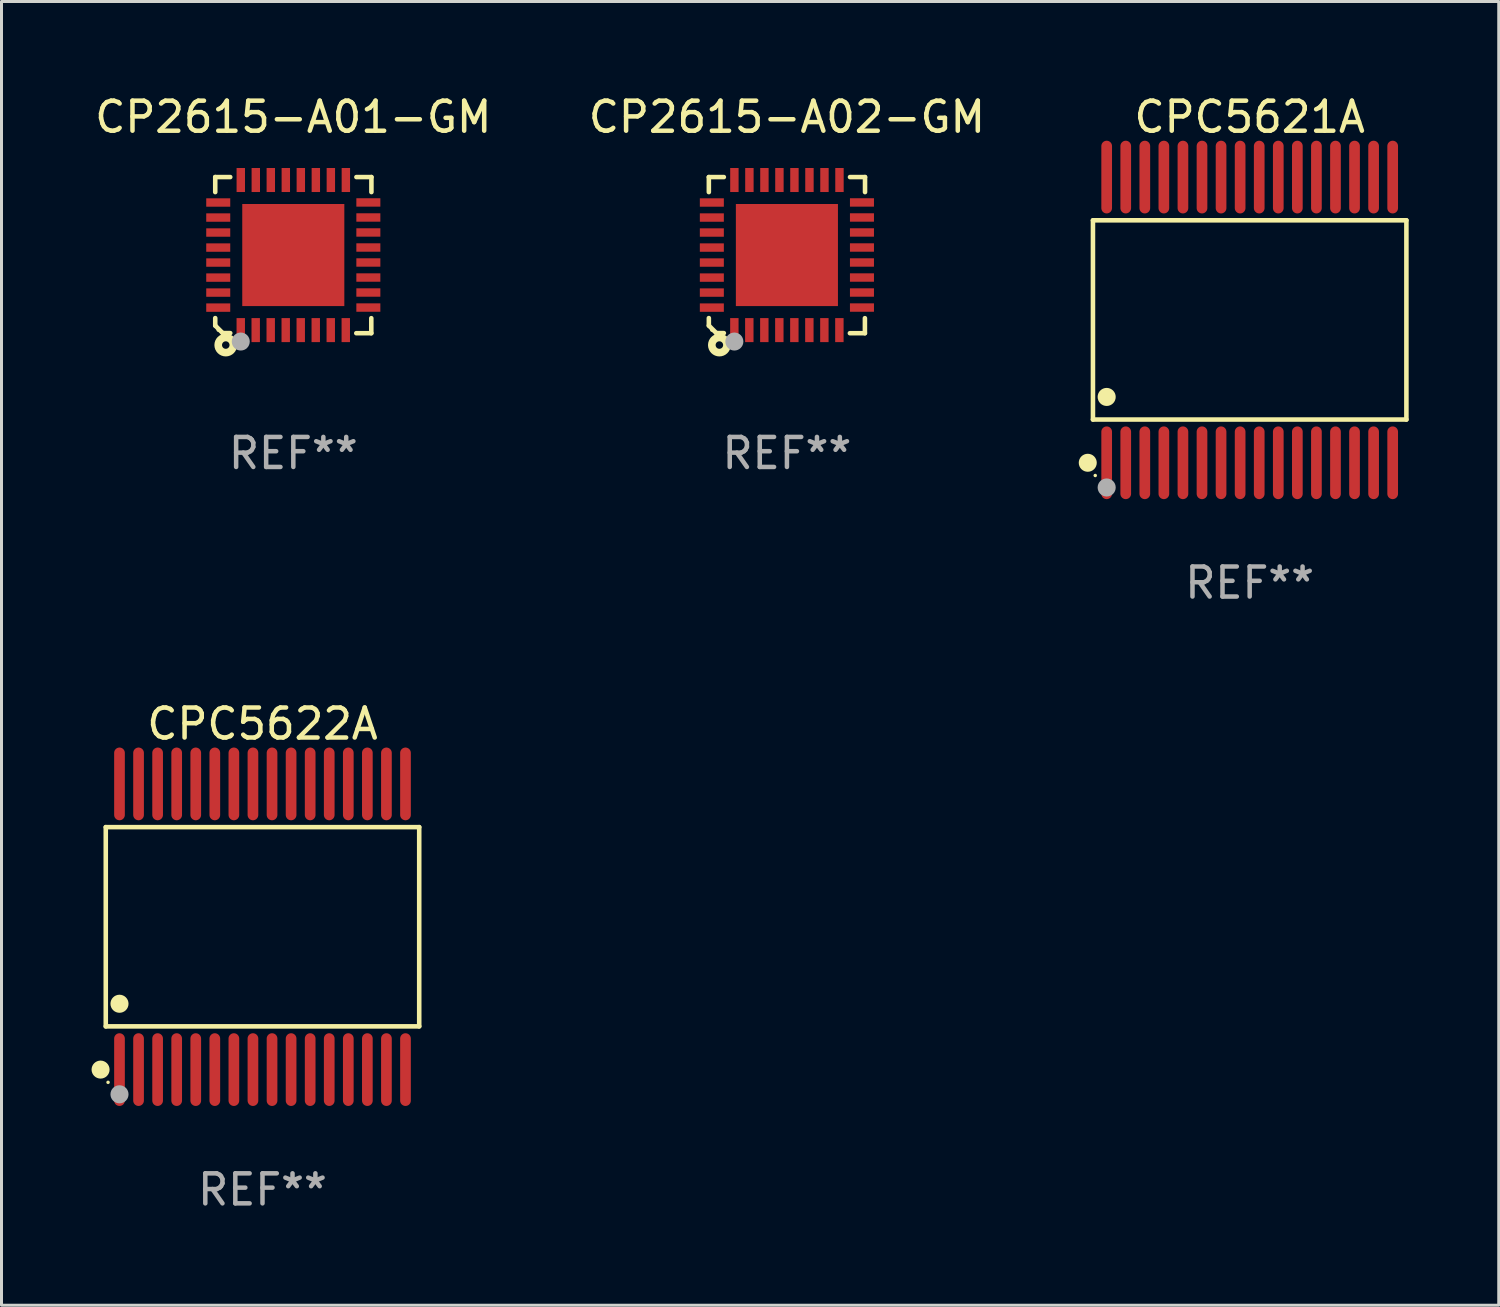
<source format=kicad_pcb>
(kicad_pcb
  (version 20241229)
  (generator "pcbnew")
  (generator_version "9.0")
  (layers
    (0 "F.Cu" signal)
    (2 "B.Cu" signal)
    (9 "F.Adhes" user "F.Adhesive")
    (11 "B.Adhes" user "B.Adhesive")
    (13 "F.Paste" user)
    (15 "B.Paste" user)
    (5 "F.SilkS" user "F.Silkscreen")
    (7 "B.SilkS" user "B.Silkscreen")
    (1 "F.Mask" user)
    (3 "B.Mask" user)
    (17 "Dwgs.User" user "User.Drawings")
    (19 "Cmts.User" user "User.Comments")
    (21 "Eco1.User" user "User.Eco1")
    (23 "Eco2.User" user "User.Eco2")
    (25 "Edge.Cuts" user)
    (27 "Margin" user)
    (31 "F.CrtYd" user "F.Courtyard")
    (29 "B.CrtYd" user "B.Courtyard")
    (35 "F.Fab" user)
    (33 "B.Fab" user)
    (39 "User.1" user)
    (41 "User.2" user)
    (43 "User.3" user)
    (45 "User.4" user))
  (footprint "CPC5622A"
    (layer "F.Cu")
    (at 5.693 27.818)
    (property "Reference" "CPC5622A" (at 0 -6.758 0) (layer "F.SilkS") (effects (font (size 1 1) (thickness 0.15))))
    (attr through_hole)
    (fp_line (start -5.22 -3.318) (end 5.22 -3.318) (stroke (width 0.152) (type solid)) (layer "F.SilkS"))
    (fp_line (start -5.22 3.318) (end -5.22 -3.318) (stroke (width 0.152) (type solid)) (layer "F.SilkS"))
    (fp_line (start 5.22 -3.318) (end 5.22 3.318) (stroke (width 0.152) (type solid)) (layer "F.SilkS"))
    (fp_line (start 5.22 3.318) (end -5.22 3.318) (stroke (width 0.152) (type solid)) (layer "F.SilkS"))
    (fp_circle (center -5.393 4.758) (end -5.243 4.758) (stroke (width 0.3) (type solid)) (fill no) (layer "F.SilkS"))
    (fp_circle (center -5.144 5.182) (end -5.114 5.182) (stroke (width 0.06) (type solid)) (fill no) (layer "F.SilkS"))
    (fp_circle (center -4.763 2.565) (end -4.612 2.565) (stroke (width 0.3) (type solid)) (fill no) (layer "F.SilkS"))
    (fp_circle (center -4.763 5.581) (end -4.612 5.581) (stroke (width 0.3) (type solid)) (fill no) (layer "F.Fab"))
    (fp_text user "REF**" (at 0 8.758 0) (layer "F.Fab") (effects (font (size 1 1) (thickness 0.15))))
    (pad "1" smd oval (at -4.763 4.758) (size 0.356 2.422) (layers "F.Cu" "F.Mask" "F.Paste"))
    (pad "2" smd oval (at -4.128 4.758) (size 0.356 2.422) (layers "F.Cu" "F.Mask" "F.Paste"))
    (pad "3" smd oval (at -3.493 4.758) (size 0.356 2.422) (layers "F.Cu" "F.Mask" "F.Paste"))
    (pad "4" smd oval (at -2.858 4.758) (size 0.356 2.422) (layers "F.Cu" "F.Mask" "F.Paste"))
    (pad "5" smd oval (at -2.223 4.758) (size 0.356 2.422) (layers "F.Cu" "F.Mask" "F.Paste"))
    (pad "6" smd oval (at -1.588 4.758) (size 0.356 2.422) (layers "F.Cu" "F.Mask" "F.Paste"))
    (pad "7" smd oval (at -0.953 4.758) (size 0.356 2.422) (layers "F.Cu" "F.Mask" "F.Paste"))
    (pad "8" smd oval (at -0.318 4.758) (size 0.356 2.422) (layers "F.Cu" "F.Mask" "F.Paste"))
    (pad "9" smd oval (at 0.318 4.758) (size 0.356 2.422) (layers "F.Cu" "F.Mask" "F.Paste"))
    (pad "10" smd oval (at 0.953 4.758) (size 0.356 2.422) (layers "F.Cu" "F.Mask" "F.Paste"))
    (pad "11" smd oval (at 1.588 4.758) (size 0.356 2.422) (layers "F.Cu" "F.Mask" "F.Paste"))
    (pad "12" smd oval (at 2.223 4.758) (size 0.356 2.422) (layers "F.Cu" "F.Mask" "F.Paste"))
    (pad "13" smd oval (at 2.858 4.758) (size 0.356 2.422) (layers "F.Cu" "F.Mask" "F.Paste"))
    (pad "14" smd oval (at 3.493 4.758) (size 0.356 2.422) (layers "F.Cu" "F.Mask" "F.Paste"))
    (pad "15" smd oval (at 4.128 4.758) (size 0.356 2.422) (layers "F.Cu" "F.Mask" "F.Paste"))
    (pad "16" smd oval (at 4.763 4.758) (size 0.356 2.422) (layers "F.Cu" "F.Mask" "F.Paste"))
    (pad "17" smd oval (at 4.763 -4.758) (size 0.356 2.422) (layers "F.Cu" "F.Mask" "F.Paste"))
    (pad "18" smd oval (at 4.128 -4.758) (size 0.356 2.422) (layers "F.Cu" "F.Mask" "F.Paste"))
    (pad "19" smd oval (at 3.493 -4.758) (size 0.356 2.422) (layers "F.Cu" "F.Mask" "F.Paste"))
    (pad "20" smd oval (at 2.858 -4.758) (size 0.356 2.422) (layers "F.Cu" "F.Mask" "F.Paste"))
    (pad "21" smd oval (at 2.223 -4.758) (size 0.356 2.422) (layers "F.Cu" "F.Mask" "F.Paste"))
    (pad "22" smd oval (at 1.588 -4.758) (size 0.356 2.422) (layers "F.Cu" "F.Mask" "F.Paste"))
    (pad "23" smd oval (at 0.953 -4.758) (size 0.356 2.422) (layers "F.Cu" "F.Mask" "F.Paste"))
    (pad "24" smd oval (at 0.318 -4.758) (size 0.356 2.422) (layers "F.Cu" "F.Mask" "F.Paste"))
    (pad "25" smd oval (at -0.318 -4.758) (size 0.356 2.422) (layers "F.Cu" "F.Mask" "F.Paste"))
    (pad "26" smd oval (at -0.953 -4.758) (size 0.356 2.422) (layers "F.Cu" "F.Mask" "F.Paste"))
    (pad "27" smd oval (at -1.588 -4.758) (size 0.356 2.422) (layers "F.Cu" "F.Mask" "F.Paste"))
    (pad "28" smd oval (at -2.223 -4.758) (size 0.356 2.422) (layers "F.Cu" "F.Mask" "F.Paste"))
    (pad "29" smd oval (at -2.858 -4.758) (size 0.356 2.422) (layers "F.Cu" "F.Mask" "F.Paste"))
    (pad "30" smd oval (at -3.493 -4.758) (size 0.356 2.422) (layers "F.Cu" "F.Mask" "F.Paste"))
    (pad "31" smd oval (at -4.128 -4.758) (size 0.356 2.422) (layers "F.Cu" "F.Mask" "F.Paste"))
    (pad "32" smd oval (at -4.763 -4.758) (size 0.356 2.422) (layers "F.Cu" "F.Mask" "F.Paste")))
  (footprint "CP2615-A01-GM"
    (layer "F.Cu")
    (at 6.72 5.448)
    (property "Reference" "CP2615-A01-GM" (at 0 -4.6 0) (layer "F.SilkS") (effects (font (size 1 1) (thickness 0.15))))
    (attr through_hole)
    (fp_line (start -2.601 2.097) (end -2.601 2.347) (stroke (width 0.152) (type solid)) (layer "F.SilkS"))
    (fp_line (start -2.601 2.347) (end -2.351 2.597) (stroke (width 0.152) (type solid)) (layer "F.SilkS"))
    (fp_line (start -2.601 -2.6) (end -2.601 -2.1) (stroke (width 0.152) (type solid)) (layer "F.SilkS"))
    (fp_line (start -2.601 -2.6) (end -2.101 -2.6) (stroke (width 0.152) (type solid)) (layer "F.SilkS"))
    (fp_line (start -2.351 2.597) (end -2.101 2.597) (stroke (width 0.152) (type solid)) (layer "F.SilkS"))
    (fp_line (start 2.597 2.6) (end 2.097 2.6) (stroke (width 0.152) (type solid)) (layer "F.SilkS"))
    (fp_line (start 2.597 2.6) (end 2.597 2.1) (stroke (width 0.152) (type solid)) (layer "F.SilkS"))
    (fp_line (start 2.601 -2.6) (end 2.101 -2.6) (stroke (width 0.152) (type solid)) (layer "F.SilkS"))
    (fp_line (start 2.601 -2.6) (end 2.601 -2.1) (stroke (width 0.152) (type solid)) (layer "F.SilkS"))
    (fp_circle (center -2.501 2.497) (end -2.471 2.497) (stroke (width 0.06) (type solid)) (fill no) (layer "F.SilkS"))
    (fp_circle (center -2.25 2.995) (end -2.125 2.995) (stroke (width 0.254) (type solid)) (fill no) (layer "F.SilkS"))
    (fp_circle (center -1.751 2.878) (end -1.601 2.878) (stroke (width 0.3) (type solid)) (fill no) (layer "F.Fab"))
    (fp_text user "REF**" (at 0 6.6 0) (layer "F.Fab") (effects (font (size 1 1) (thickness 0.15))))
    (pad "1" smd rect (at -1.751 2.497) (size 0.28 0.8) (layers "F.Cu" "F.Mask" "F.Paste"))
    (pad "2" smd rect (at -1.253 2.497) (size 0.28 0.8) (layers "F.Cu" "F.Mask" "F.Paste"))
    (pad "3" smd rect (at -0.753 2.497) (size 0.28 0.8) (layers "F.Cu" "F.Mask" "F.Paste"))
    (pad "4" smd rect (at -0.253 2.497) (size 0.28 0.8) (layers "F.Cu" "F.Mask" "F.Paste"))
    (pad "5" smd rect (at 0.247 2.497) (size 0.28 0.8) (layers "F.Cu" "F.Mask" "F.Paste"))
    (pad "6" smd rect (at 0.747 2.497) (size 0.28 0.8) (layers "F.Cu" "F.Mask" "F.Paste"))
    (pad "7" smd rect (at 1.247 2.497) (size 0.28 0.8) (layers "F.Cu" "F.Mask" "F.Paste"))
    (pad "8" smd rect (at 1.747 2.497) (size 0.28 0.8) (layers "F.Cu" "F.Mask" "F.Paste"))
    (pad "9" smd rect (at 2.499 1.746) (size 0.8 0.28) (layers "F.Cu" "F.Mask" "F.Paste"))
    (pad "10" smd rect (at 2.499 1.245) (size 0.8 0.28) (layers "F.Cu" "F.Mask" "F.Paste"))
    (pad "11" smd rect (at 2.499 0.746) (size 0.8 0.28) (layers "F.Cu" "F.Mask" "F.Paste"))
    (pad "12" smd rect (at 2.499 0.245) (size 0.8 0.28) (layers "F.Cu" "F.Mask" "F.Paste"))
    (pad "13" smd rect (at 2.499 -0.254) (size 0.8 0.28) (layers "F.Cu" "F.Mask" "F.Paste"))
    (pad "14" smd rect (at 2.499 -0.755) (size 0.8 0.28) (layers "F.Cu" "F.Mask" "F.Paste"))
    (pad "15" smd rect (at 2.499 -1.254) (size 0.8 0.28) (layers "F.Cu" "F.Mask" "F.Paste"))
    (pad "16" smd rect (at 2.499 -1.755) (size 0.8 0.28) (layers "F.Cu" "F.Mask" "F.Paste"))
    (pad "17" smd rect (at 1.75 -2.502) (size 0.28 0.8) (layers "F.Cu" "F.Mask" "F.Paste"))
    (pad "18" smd rect (at 1.25 -2.502) (size 0.28 0.8) (layers "F.Cu" "F.Mask" "F.Paste"))
    (pad "19" smd rect (at 0.75 -2.502) (size 0.28 0.8) (layers "F.Cu" "F.Mask" "F.Paste"))
    (pad "20" smd rect (at 0.25 -2.502) (size 0.28 0.8) (layers "F.Cu" "F.Mask" "F.Paste"))
    (pad "21" smd rect (at -0.25 -2.502) (size 0.28 0.8) (layers "F.Cu" "F.Mask" "F.Paste"))
    (pad "22" smd rect (at -0.75 -2.502) (size 0.28 0.8) (layers "F.Cu" "F.Mask" "F.Paste"))
    (pad "23" smd rect (at -1.25 -2.502) (size 0.28 0.8) (layers "F.Cu" "F.Mask" "F.Paste"))
    (pad "24" smd rect (at -1.75 -2.502) (size 0.28 0.8) (layers "F.Cu" "F.Mask" "F.Paste"))
    (pad "25" smd rect (at -2.501 -1.753) (size 0.8 0.28) (layers "F.Cu" "F.Mask" "F.Paste"))
    (pad "26" smd rect (at -2.501 -1.252) (size 0.8 0.28) (layers "F.Cu" "F.Mask" "F.Paste"))
    (pad "27" smd rect (at -2.501 -0.753) (size 0.8 0.28) (layers "F.Cu" "F.Mask" "F.Paste"))
    (pad "28" smd rect (at -2.501 -0.252) (size 0.8 0.28) (layers "F.Cu" "F.Mask" "F.Paste"))
    (pad "29" smd rect (at -2.501 0.247) (size 0.8 0.28) (layers "F.Cu" "F.Mask" "F.Paste"))
    (pad "30" smd rect (at -2.501 0.748) (size 0.8 0.28) (layers "F.Cu" "F.Mask" "F.Paste"))
    (pad "31" smd rect (at -2.501 1.247) (size 0.8 0.28) (layers "F.Cu" "F.Mask" "F.Paste"))
    (pad "32" smd rect (at -2.501 1.748) (size 0.8 0.28) (layers "F.Cu" "F.Mask" "F.Paste"))
    (pad "33" smd rect (at -0.001 -0.003 180) (size 3.4 3.4) (layers "F.Cu" "F.Mask" "F.Paste")))
  (footprint "CP2615-A02-GM"
    (layer "F.Cu")
    (at 23.161 5.448)
    (property "Reference" "CP2615-A02-GM" (at 0 -4.6 0) (layer "F.SilkS") (effects (font (size 1 1) (thickness 0.15))))
    (attr through_hole)
    (fp_line (start -2.601 2.097) (end -2.601 2.347) (stroke (width 0.152) (type solid)) (layer "F.SilkS"))
    (fp_line (start -2.601 2.347) (end -2.351 2.597) (stroke (width 0.152) (type solid)) (layer "F.SilkS"))
    (fp_line (start -2.601 -2.6) (end -2.601 -2.1) (stroke (width 0.152) (type solid)) (layer "F.SilkS"))
    (fp_line (start -2.601 -2.6) (end -2.101 -2.6) (stroke (width 0.152) (type solid)) (layer "F.SilkS"))
    (fp_line (start -2.351 2.597) (end -2.101 2.597) (stroke (width 0.152) (type solid)) (layer "F.SilkS"))
    (fp_line (start 2.597 2.6) (end 2.097 2.6) (stroke (width 0.152) (type solid)) (layer "F.SilkS"))
    (fp_line (start 2.597 2.6) (end 2.597 2.1) (stroke (width 0.152) (type solid)) (layer "F.SilkS"))
    (fp_line (start 2.601 -2.6) (end 2.101 -2.6) (stroke (width 0.152) (type solid)) (layer "F.SilkS"))
    (fp_line (start 2.601 -2.6) (end 2.601 -2.1) (stroke (width 0.152) (type solid)) (layer "F.SilkS"))
    (fp_circle (center -2.501 2.497) (end -2.471 2.497) (stroke (width 0.06) (type solid)) (fill no) (layer "F.SilkS"))
    (fp_circle (center -2.25 2.995) (end -2.125 2.995) (stroke (width 0.254) (type solid)) (fill no) (layer "F.SilkS"))
    (fp_circle (center -1.751 2.878) (end -1.601 2.878) (stroke (width 0.3) (type solid)) (fill no) (layer "F.Fab"))
    (fp_text user "REF**" (at 0 6.6 0) (layer "F.Fab") (effects (font (size 1 1) (thickness 0.15))))
    (pad "1" smd rect (at -1.751 2.497) (size 0.28 0.8) (layers "F.Cu" "F.Mask" "F.Paste"))
    (pad "2" smd rect (at -1.253 2.497) (size 0.28 0.8) (layers "F.Cu" "F.Mask" "F.Paste"))
    (pad "3" smd rect (at -0.753 2.497) (size 0.28 0.8) (layers "F.Cu" "F.Mask" "F.Paste"))
    (pad "4" smd rect (at -0.253 2.497) (size 0.28 0.8) (layers "F.Cu" "F.Mask" "F.Paste"))
    (pad "5" smd rect (at 0.247 2.497) (size 0.28 0.8) (layers "F.Cu" "F.Mask" "F.Paste"))
    (pad "6" smd rect (at 0.747 2.497) (size 0.28 0.8) (layers "F.Cu" "F.Mask" "F.Paste"))
    (pad "7" smd rect (at 1.247 2.497) (size 0.28 0.8) (layers "F.Cu" "F.Mask" "F.Paste"))
    (pad "8" smd rect (at 1.747 2.497) (size 0.28 0.8) (layers "F.Cu" "F.Mask" "F.Paste"))
    (pad "9" smd rect (at 2.499 1.746) (size 0.8 0.28) (layers "F.Cu" "F.Mask" "F.Paste"))
    (pad "10" smd rect (at 2.499 1.245) (size 0.8 0.28) (layers "F.Cu" "F.Mask" "F.Paste"))
    (pad "11" smd rect (at 2.499 0.746) (size 0.8 0.28) (layers "F.Cu" "F.Mask" "F.Paste"))
    (pad "12" smd rect (at 2.499 0.245) (size 0.8 0.28) (layers "F.Cu" "F.Mask" "F.Paste"))
    (pad "13" smd rect (at 2.499 -0.254) (size 0.8 0.28) (layers "F.Cu" "F.Mask" "F.Paste"))
    (pad "14" smd rect (at 2.499 -0.755) (size 0.8 0.28) (layers "F.Cu" "F.Mask" "F.Paste"))
    (pad "15" smd rect (at 2.499 -1.254) (size 0.8 0.28) (layers "F.Cu" "F.Mask" "F.Paste"))
    (pad "16" smd rect (at 2.499 -1.755) (size 0.8 0.28) (layers "F.Cu" "F.Mask" "F.Paste"))
    (pad "17" smd rect (at 1.75 -2.502) (size 0.28 0.8) (layers "F.Cu" "F.Mask" "F.Paste"))
    (pad "18" smd rect (at 1.25 -2.502) (size 0.28 0.8) (layers "F.Cu" "F.Mask" "F.Paste"))
    (pad "19" smd rect (at 0.75 -2.502) (size 0.28 0.8) (layers "F.Cu" "F.Mask" "F.Paste"))
    (pad "20" smd rect (at 0.25 -2.502) (size 0.28 0.8) (layers "F.Cu" "F.Mask" "F.Paste"))
    (pad "21" smd rect (at -0.25 -2.502) (size 0.28 0.8) (layers "F.Cu" "F.Mask" "F.Paste"))
    (pad "22" smd rect (at -0.75 -2.502) (size 0.28 0.8) (layers "F.Cu" "F.Mask" "F.Paste"))
    (pad "23" smd rect (at -1.25 -2.502) (size 0.28 0.8) (layers "F.Cu" "F.Mask" "F.Paste"))
    (pad "24" smd rect (at -1.75 -2.502) (size 0.28 0.8) (layers "F.Cu" "F.Mask" "F.Paste"))
    (pad "25" smd rect (at -2.501 -1.753) (size 0.8 0.28) (layers "F.Cu" "F.Mask" "F.Paste"))
    (pad "26" smd rect (at -2.501 -1.252) (size 0.8 0.28) (layers "F.Cu" "F.Mask" "F.Paste"))
    (pad "27" smd rect (at -2.501 -0.753) (size 0.8 0.28) (layers "F.Cu" "F.Mask" "F.Paste"))
    (pad "28" smd rect (at -2.501 -0.252) (size 0.8 0.28) (layers "F.Cu" "F.Mask" "F.Paste"))
    (pad "29" smd rect (at -2.501 0.247) (size 0.8 0.28) (layers "F.Cu" "F.Mask" "F.Paste"))
    (pad "30" smd rect (at -2.501 0.748) (size 0.8 0.28) (layers "F.Cu" "F.Mask" "F.Paste"))
    (pad "31" smd rect (at -2.501 1.247) (size 0.8 0.28) (layers "F.Cu" "F.Mask" "F.Paste"))
    (pad "32" smd rect (at -2.501 1.748) (size 0.8 0.28) (layers "F.Cu" "F.Mask" "F.Paste"))
    (pad "33" smd rect (at -0.001 -0.003 180) (size 3.4 3.4) (layers "F.Cu" "F.Mask" "F.Paste")))
  (footprint "CPC5621A"
    (layer "F.Cu")
    (at 38.574 7.606)
    (property "Reference" "CPC5621A" (at 0 -6.758 0) (layer "F.SilkS") (effects (font (size 1 1) (thickness 0.15))))
    (attr through_hole)
    (fp_line (start -5.22 -3.318) (end 5.22 -3.318) (stroke (width 0.152) (type solid)) (layer "F.SilkS"))
    (fp_line (start -5.22 3.318) (end -5.22 -3.318) (stroke (width 0.152) (type solid)) (layer "F.SilkS"))
    (fp_line (start 5.22 -3.318) (end 5.22 3.318) (stroke (width 0.152) (type solid)) (layer "F.SilkS"))
    (fp_line (start 5.22 3.318) (end -5.22 3.318) (stroke (width 0.152) (type solid)) (layer "F.SilkS"))
    (fp_circle (center -5.393 4.758) (end -5.243 4.758) (stroke (width 0.3) (type solid)) (fill no) (layer "F.SilkS"))
    (fp_circle (center -5.144 5.182) (end -5.114 5.182) (stroke (width 0.06) (type solid)) (fill no) (layer "F.SilkS"))
    (fp_circle (center -4.763 2.565) (end -4.612 2.565) (stroke (width 0.3) (type solid)) (fill no) (layer "F.SilkS"))
    (fp_circle (center -4.763 5.581) (end -4.612 5.581) (stroke (width 0.3) (type solid)) (fill no) (layer "F.Fab"))
    (fp_text user "REF**" (at 0 8.758 0) (layer "F.Fab") (effects (font (size 1 1) (thickness 0.15))))
    (pad "1" smd oval (at -4.763 4.758) (size 0.356 2.422) (layers "F.Cu" "F.Mask" "F.Paste"))
    (pad "2" smd oval (at -4.128 4.758) (size 0.356 2.422) (layers "F.Cu" "F.Mask" "F.Paste"))
    (pad "3" smd oval (at -3.493 4.758) (size 0.356 2.422) (layers "F.Cu" "F.Mask" "F.Paste"))
    (pad "4" smd oval (at -2.858 4.758) (size 0.356 2.422) (layers "F.Cu" "F.Mask" "F.Paste"))
    (pad "5" smd oval (at -2.223 4.758) (size 0.356 2.422) (layers "F.Cu" "F.Mask" "F.Paste"))
    (pad "6" smd oval (at -1.588 4.758) (size 0.356 2.422) (layers "F.Cu" "F.Mask" "F.Paste"))
    (pad "7" smd oval (at -0.953 4.758) (size 0.356 2.422) (layers "F.Cu" "F.Mask" "F.Paste"))
    (pad "8" smd oval (at -0.318 4.758) (size 0.356 2.422) (layers "F.Cu" "F.Mask" "F.Paste"))
    (pad "9" smd oval (at 0.318 4.758) (size 0.356 2.422) (layers "F.Cu" "F.Mask" "F.Paste"))
    (pad "10" smd oval (at 0.953 4.758) (size 0.356 2.422) (layers "F.Cu" "F.Mask" "F.Paste"))
    (pad "11" smd oval (at 1.588 4.758) (size 0.356 2.422) (layers "F.Cu" "F.Mask" "F.Paste"))
    (pad "12" smd oval (at 2.223 4.758) (size 0.356 2.422) (layers "F.Cu" "F.Mask" "F.Paste"))
    (pad "13" smd oval (at 2.858 4.758) (size 0.356 2.422) (layers "F.Cu" "F.Mask" "F.Paste"))
    (pad "14" smd oval (at 3.493 4.758) (size 0.356 2.422) (layers "F.Cu" "F.Mask" "F.Paste"))
    (pad "15" smd oval (at 4.128 4.758) (size 0.356 2.422) (layers "F.Cu" "F.Mask" "F.Paste"))
    (pad "16" smd oval (at 4.763 4.758) (size 0.356 2.422) (layers "F.Cu" "F.Mask" "F.Paste"))
    (pad "17" smd oval (at 4.763 -4.758) (size 0.356 2.422) (layers "F.Cu" "F.Mask" "F.Paste"))
    (pad "18" smd oval (at 4.128 -4.758) (size 0.356 2.422) (layers "F.Cu" "F.Mask" "F.Paste"))
    (pad "19" smd oval (at 3.493 -4.758) (size 0.356 2.422) (layers "F.Cu" "F.Mask" "F.Paste"))
    (pad "20" smd oval (at 2.858 -4.758) (size 0.356 2.422) (layers "F.Cu" "F.Mask" "F.Paste"))
    (pad "21" smd oval (at 2.223 -4.758) (size 0.356 2.422) (layers "F.Cu" "F.Mask" "F.Paste"))
    (pad "22" smd oval (at 1.588 -4.758) (size 0.356 2.422) (layers "F.Cu" "F.Mask" "F.Paste"))
    (pad "23" smd oval (at 0.953 -4.758) (size 0.356 2.422) (layers "F.Cu" "F.Mask" "F.Paste"))
    (pad "24" smd oval (at 0.318 -4.758) (size 0.356 2.422) (layers "F.Cu" "F.Mask" "F.Paste"))
    (pad "25" smd oval (at -0.318 -4.758) (size 0.356 2.422) (layers "F.Cu" "F.Mask" "F.Paste"))
    (pad "26" smd oval (at -0.953 -4.758) (size 0.356 2.422) (layers "F.Cu" "F.Mask" "F.Paste"))
    (pad "27" smd oval (at -1.588 -4.758) (size 0.356 2.422) (layers "F.Cu" "F.Mask" "F.Paste"))
    (pad "28" smd oval (at -2.223 -4.758) (size 0.356 2.422) (layers "F.Cu" "F.Mask" "F.Paste"))
    (pad "29" smd oval (at -2.858 -4.758) (size 0.356 2.422) (layers "F.Cu" "F.Mask" "F.Paste"))
    (pad "30" smd oval (at -3.493 -4.758) (size 0.356 2.422) (layers "F.Cu" "F.Mask" "F.Paste"))
    (pad "31" smd oval (at -4.128 -4.758) (size 0.356 2.422) (layers "F.Cu" "F.Mask" "F.Paste"))
    (pad "32" smd oval (at -4.763 -4.758) (size 0.356 2.422) (layers "F.Cu" "F.Mask" "F.Paste")))
  (gr_rect
    (start -3 -3)
    (end 46.87 40.424)
    (stroke (width 0.1) (type default))
    (fill no)
    (layer "Edge.Cuts")))
</source>
